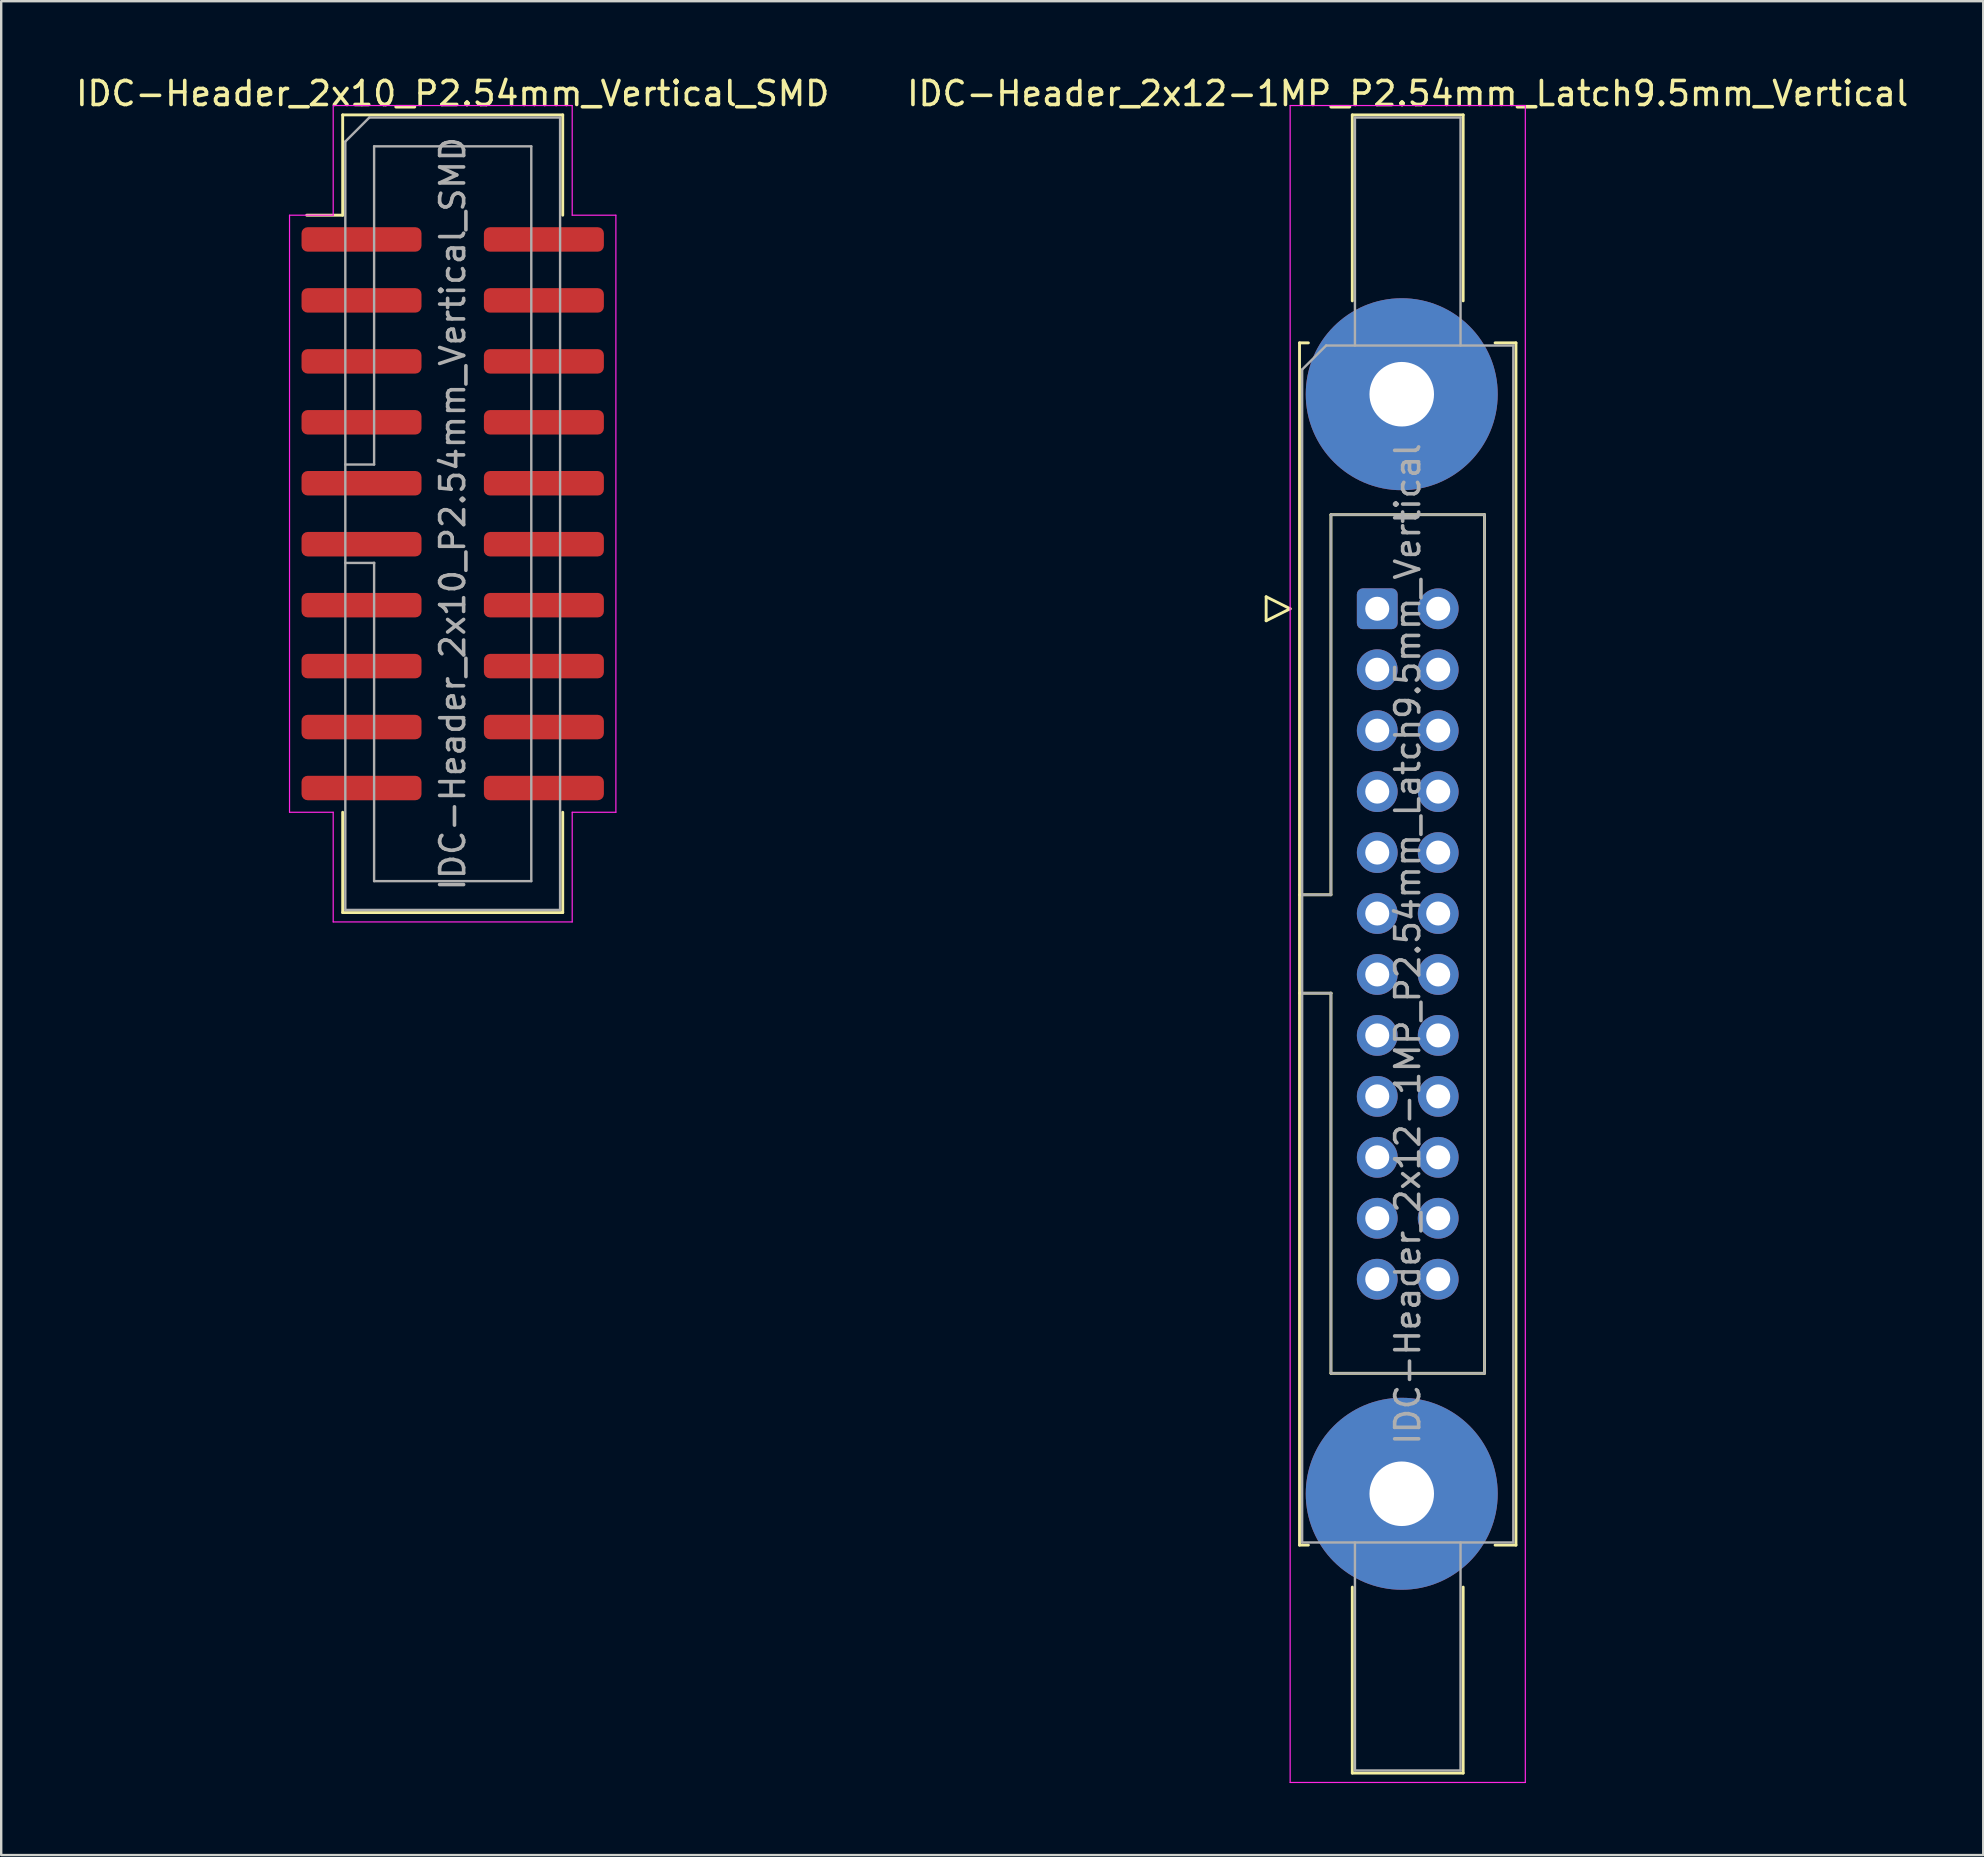
<source format=kicad_pcb>
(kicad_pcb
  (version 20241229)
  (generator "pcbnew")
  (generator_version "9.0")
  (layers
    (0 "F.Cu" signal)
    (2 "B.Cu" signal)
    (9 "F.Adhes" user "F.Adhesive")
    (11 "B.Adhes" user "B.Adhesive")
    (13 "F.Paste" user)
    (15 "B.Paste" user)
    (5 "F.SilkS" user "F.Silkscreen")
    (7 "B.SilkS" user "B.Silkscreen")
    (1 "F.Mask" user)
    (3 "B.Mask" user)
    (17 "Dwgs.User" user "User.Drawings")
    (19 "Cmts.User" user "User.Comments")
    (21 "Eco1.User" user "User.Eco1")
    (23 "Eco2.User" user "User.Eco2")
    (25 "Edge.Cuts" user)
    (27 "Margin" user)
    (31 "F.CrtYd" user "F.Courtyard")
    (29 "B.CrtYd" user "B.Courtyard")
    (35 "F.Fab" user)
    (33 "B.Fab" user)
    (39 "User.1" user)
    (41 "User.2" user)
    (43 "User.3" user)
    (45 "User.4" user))
  (footprint "IDC-Header_2x12-1MP_P2.54mm_Latch9.5mm_Vertical"
    (layer "F.Cu")
    (at 54.343 22.318)
    (property "Reference" "IDC-Header_2x12-1MP_P2.54mm_Latch9.5mm_Vertical" (at 1.27 -21.47 0) (layer "F.SilkS") (effects (font (size 1 1) (thickness 0.15))))
    (attr through_hole)
    (fp_line (start -4.63 -0.5) (end -4.63 0.5) (stroke (width 0.12) (type solid)) (layer "F.SilkS"))
    (fp_line (start -4.63 0.5) (end -3.63 0) (stroke (width 0.12) (type solid)) (layer "F.SilkS"))
    (fp_line (start -3.63 0) (end -4.63 -0.5) (stroke (width 0.12) (type solid)) (layer "F.SilkS"))
    (fp_line (start -3.24 -11.08) (end -3.24 39.02) (stroke (width 0.12) (type solid)) (layer "F.SilkS"))
    (fp_line (start -3.24 11.92) (end -1.93 11.92) (stroke (width 0.12) (type solid)) (layer "F.SilkS"))
    (fp_line (start -3.24 39.02) (end -2.87 39.02) (stroke (width 0.12) (type solid)) (layer "F.SilkS"))
    (fp_line (start -2.87 -11.08) (end -3.24 -11.08) (stroke (width 0.12) (type solid)) (layer "F.SilkS"))
    (fp_line (start -1.93 -3.92) (end 4.47 -3.92) (stroke (width 0.12) (type solid)) (layer "F.SilkS"))
    (fp_line (start -1.93 11.92) (end -1.93 -3.92) (stroke (width 0.12) (type solid)) (layer "F.SilkS"))
    (fp_line (start -1.93 16.02) (end -3.24 16.02) (stroke (width 0.12) (type solid)) (layer "F.SilkS"))
    (fp_line (start -1.93 16.02) (end -1.93 16.02) (stroke (width 0.12) (type solid)) (layer "F.SilkS"))
    (fp_line (start -1.93 31.86) (end -1.93 16.02) (stroke (width 0.12) (type solid)) (layer "F.SilkS"))
    (fp_line (start -1.04 -20.58) (end 3.58 -20.58) (stroke (width 0.12) (type solid)) (layer "F.SilkS"))
    (fp_line (start -1.04 -12.83) (end -1.04 -20.58) (stroke (width 0.12) (type solid)) (layer "F.SilkS"))
    (fp_line (start -1.04 40.77) (end -1.04 48.52) (stroke (width 0.12) (type solid)) (layer "F.SilkS"))
    (fp_line (start -1.04 48.52) (end 3.58 48.52) (stroke (width 0.12) (type solid)) (layer "F.SilkS"))
    (fp_line (start 3.58 -20.58) (end 3.58 -12.83) (stroke (width 0.12) (type solid)) (layer "F.SilkS"))
    (fp_line (start 3.58 48.52) (end 3.58 40.77) (stroke (width 0.12) (type solid)) (layer "F.SilkS"))
    (fp_line (start 4.47 -3.92) (end 4.47 31.86) (stroke (width 0.12) (type solid)) (layer "F.SilkS"))
    (fp_line (start 4.47 31.86) (end -1.93 31.86) (stroke (width 0.12) (type solid)) (layer "F.SilkS"))
    (fp_line (start 4.91 -11.08) (end 5.78 -11.08) (stroke (width 0.12) (type solid)) (layer "F.SilkS"))
    (fp_line (start 5.78 -11.08) (end 5.78 39.02) (stroke (width 0.12) (type solid)) (layer "F.SilkS"))
    (fp_line (start 5.78 39.02) (end 4.91 39.02) (stroke (width 0.12) (type solid)) (layer "F.SilkS"))
    (fp_line (start -3.63 -20.97) (end -3.63 48.91) (stroke (width 0.05) (type solid)) (layer "F.CrtYd"))
    (fp_line (start -3.63 48.91) (end 6.17 48.91) (stroke (width 0.05) (type solid)) (layer "F.CrtYd"))
    (fp_line (start 6.17 -20.97) (end -3.63 -20.97) (stroke (width 0.05) (type solid)) (layer "F.CrtYd"))
    (fp_line (start 6.17 48.91) (end 6.17 -20.97) (stroke (width 0.05) (type solid)) (layer "F.CrtYd"))
    (fp_line (start -3.13 -9.97) (end -2.13 -10.97) (stroke (width 0.1) (type solid)) (layer "F.Fab"))
    (fp_line (start -3.13 11.92) (end -1.93 11.92) (stroke (width 0.1) (type solid)) (layer "F.Fab"))
    (fp_line (start -3.13 38.91) (end -3.13 -9.97) (stroke (width 0.1) (type solid)) (layer "F.Fab"))
    (fp_line (start -2.13 -10.97) (end 5.67 -10.97) (stroke (width 0.1) (type solid)) (layer "F.Fab"))
    (fp_line (start -1.93 -3.92) (end 4.47 -3.92) (stroke (width 0.1) (type solid)) (layer "F.Fab"))
    (fp_line (start -1.93 11.92) (end -1.93 -3.92) (stroke (width 0.1) (type solid)) (layer "F.Fab"))
    (fp_line (start -1.93 16.02) (end -3.13 16.02) (stroke (width 0.1) (type solid)) (layer "F.Fab"))
    (fp_line (start -1.93 16.02) (end -1.93 16.02) (stroke (width 0.1) (type solid)) (layer "F.Fab"))
    (fp_line (start -1.93 31.86) (end -1.93 16.02) (stroke (width 0.1) (type solid)) (layer "F.Fab"))
    (fp_line (start -0.93 -20.47) (end 3.47 -20.47) (stroke (width 0.1) (type solid)) (layer "F.Fab"))
    (fp_line (start -0.93 -10.97) (end -0.93 -20.47) (stroke (width 0.1) (type solid)) (layer "F.Fab"))
    (fp_line (start -0.93 38.91) (end -0.93 48.41) (stroke (width 0.1) (type solid)) (layer "F.Fab"))
    (fp_line (start -0.93 48.41) (end 3.47 48.41) (stroke (width 0.1) (type solid)) (layer "F.Fab"))
    (fp_line (start 3.47 -20.47) (end 3.47 -10.97) (stroke (width 0.1) (type solid)) (layer "F.Fab"))
    (fp_line (start 3.47 48.41) (end 3.47 38.91) (stroke (width 0.1) (type solid)) (layer "F.Fab"))
    (fp_line (start 4.47 -3.92) (end 4.47 31.86) (stroke (width 0.1) (type solid)) (layer "F.Fab"))
    (fp_line (start 4.47 31.86) (end -1.93 31.86) (stroke (width 0.1) (type solid)) (layer "F.Fab"))
    (fp_line (start 5.67 -10.97) (end 5.67 38.91) (stroke (width 0.1) (type solid)) (layer "F.Fab"))
    (fp_line (start 5.67 38.91) (end -3.13 38.91) (stroke (width 0.1) (type solid)) (layer "F.Fab"))
    (fp_text user "${REFERENCE}" (at 1.27 13.97 90) (layer "F.Fab") (effects (font (size 1 1) (thickness 0.15))))
    (pad "1" thru_hole roundrect (at 0 0) (size 1.7 1.7) (drill 1) (layers "*.Cu" "*.Mask") (roundrect_rratio 0.147))
    (pad "2" thru_hole circle (at 2.54 0) (size 1.7 1.7) (drill 1) (layers "*.Cu" "*.Mask"))
    (pad "3" thru_hole circle (at 0 2.54) (size 1.7 1.7) (drill 1) (layers "*.Cu" "*.Mask"))
    (pad "4" thru_hole circle (at 2.54 2.54) (size 1.7 1.7) (drill 1) (layers "*.Cu" "*.Mask"))
    (pad "5" thru_hole circle (at 0 5.08) (size 1.7 1.7) (drill 1) (layers "*.Cu" "*.Mask"))
    (pad "6" thru_hole circle (at 2.54 5.08) (size 1.7 1.7) (drill 1) (layers "*.Cu" "*.Mask"))
    (pad "7" thru_hole circle (at 0 7.62) (size 1.7 1.7) (drill 1) (layers "*.Cu" "*.Mask"))
    (pad "8" thru_hole circle (at 2.54 7.62) (size 1.7 1.7) (drill 1) (layers "*.Cu" "*.Mask"))
    (pad "9" thru_hole circle (at 0 10.16) (size 1.7 1.7) (drill 1) (layers "*.Cu" "*.Mask"))
    (pad "10" thru_hole circle (at 2.54 10.16) (size 1.7 1.7) (drill 1) (layers "*.Cu" "*.Mask"))
    (pad "11" thru_hole circle (at 0 12.7) (size 1.7 1.7) (drill 1) (layers "*.Cu" "*.Mask"))
    (pad "12" thru_hole circle (at 2.54 12.7) (size 1.7 1.7) (drill 1) (layers "*.Cu" "*.Mask"))
    (pad "13" thru_hole circle (at 0 15.24) (size 1.7 1.7) (drill 1) (layers "*.Cu" "*.Mask"))
    (pad "14" thru_hole circle (at 2.54 15.24) (size 1.7 1.7) (drill 1) (layers "*.Cu" "*.Mask"))
    (pad "15" thru_hole circle (at 0 17.78) (size 1.7 1.7) (drill 1) (layers "*.Cu" "*.Mask"))
    (pad "16" thru_hole circle (at 2.54 17.78) (size 1.7 1.7) (drill 1) (layers "*.Cu" "*.Mask"))
    (pad "17" thru_hole circle (at 0 20.32) (size 1.7 1.7) (drill 1) (layers "*.Cu" "*.Mask"))
    (pad "18" thru_hole circle (at 2.54 20.32) (size 1.7 1.7) (drill 1) (layers "*.Cu" "*.Mask"))
    (pad "19" thru_hole circle (at 0 22.86) (size 1.7 1.7) (drill 1) (layers "*.Cu" "*.Mask"))
    (pad "20" thru_hole circle (at 2.54 22.86) (size 1.7 1.7) (drill 1) (layers "*.Cu" "*.Mask"))
    (pad "21" thru_hole circle (at 0 25.4) (size 1.7 1.7) (drill 1) (layers "*.Cu" "*.Mask"))
    (pad "22" thru_hole circle (at 2.54 25.4) (size 1.7 1.7) (drill 1) (layers "*.Cu" "*.Mask"))
    (pad "23" thru_hole circle (at 0 27.94) (size 1.7 1.7) (drill 1) (layers "*.Cu" "*.Mask"))
    (pad "24" thru_hole circle (at 2.54 27.94) (size 1.7 1.7) (drill 1) (layers "*.Cu" "*.Mask"))
    (pad "MP" thru_hole circle (at 1.02 -8.94) (size 8 8) (drill 2.69) (layers "*.Cu" "*.Mask"))
    (pad "MP" thru_hole circle (at 1.02 36.88) (size 8 8) (drill 2.69) (layers "*.Cu" "*.Mask")))
  (footprint "IDC-Header_2x10_P2.54mm_Vertical_SMD"
    (layer "F.Cu")
    (at 15.815 18.358)
    (property "Reference" "IDC-Header_2x10_P2.54mm_Vertical_SMD" (at 0 -17.51 0) (layer "F.SilkS") (effects (font (size 1 1) (thickness 0.15))))
    (attr smd)
    (fp_line (start -4.585 -16.62) (end 4.585 -16.62) (stroke (width 0.12) (type solid)) (layer "F.SilkS"))
    (fp_line (start -4.585 -12.44) (end -6.085 -12.44) (stroke (width 0.12) (type solid)) (layer "F.SilkS"))
    (fp_line (start -4.585 -12.44) (end -4.585 -16.62) (stroke (width 0.12) (type solid)) (layer "F.SilkS"))
    (fp_line (start -4.585 12.44) (end -4.585 16.62) (stroke (width 0.12) (type solid)) (layer "F.SilkS"))
    (fp_line (start -4.585 16.62) (end 4.585 16.62) (stroke (width 0.12) (type solid)) (layer "F.SilkS"))
    (fp_line (start 4.585 -16.62) (end 4.585 -12.44) (stroke (width 0.12) (type solid)) (layer "F.SilkS"))
    (fp_line (start 4.585 16.62) (end 4.585 12.44) (stroke (width 0.12) (type solid)) (layer "F.SilkS"))
    (fp_line (start -6.8 -12.44) (end -6.8 12.44) (stroke (width 0.05) (type solid)) (layer "F.CrtYd"))
    (fp_line (start -6.8 12.44) (end -4.98 12.44) (stroke (width 0.05) (type solid)) (layer "F.CrtYd"))
    (fp_line (start -4.98 -17.01) (end -4.98 -12.44) (stroke (width 0.05) (type solid)) (layer "F.CrtYd"))
    (fp_line (start -4.98 -12.44) (end -6.8 -12.44) (stroke (width 0.05) (type solid)) (layer "F.CrtYd"))
    (fp_line (start -4.98 12.44) (end -4.98 17.01) (stroke (width 0.05) (type solid)) (layer "F.CrtYd"))
    (fp_line (start -4.98 17.01) (end 4.98 17.01) (stroke (width 0.05) (type solid)) (layer "F.CrtYd"))
    (fp_line (start 4.98 -17.01) (end -4.98 -17.01) (stroke (width 0.05) (type solid)) (layer "F.CrtYd"))
    (fp_line (start 4.98 -12.44) (end 4.98 -17.01) (stroke (width 0.05) (type solid)) (layer "F.CrtYd"))
    (fp_line (start 4.98 12.44) (end 6.8 12.44) (stroke (width 0.05) (type solid)) (layer "F.CrtYd"))
    (fp_line (start 4.98 17.01) (end 4.98 12.44) (stroke (width 0.05) (type solid)) (layer "F.CrtYd"))
    (fp_line (start 6.8 -12.44) (end 4.98 -12.44) (stroke (width 0.05) (type solid)) (layer "F.CrtYd"))
    (fp_line (start 6.8 12.44) (end 6.8 -12.44) (stroke (width 0.05) (type solid)) (layer "F.CrtYd"))
    (fp_line (start -4.475 -15.51) (end -3.475 -16.51) (stroke (width 0.1) (type solid)) (layer "F.Fab"))
    (fp_line (start -4.475 -2.05) (end -3.275 -2.05) (stroke (width 0.1) (type solid)) (layer "F.Fab"))
    (fp_line (start -4.475 16.51) (end -4.475 -15.51) (stroke (width 0.1) (type solid)) (layer "F.Fab"))
    (fp_line (start -3.475 -16.51) (end 4.475 -16.51) (stroke (width 0.1) (type solid)) (layer "F.Fab"))
    (fp_line (start -3.275 -15.31) (end 3.275 -15.31) (stroke (width 0.1) (type solid)) (layer "F.Fab"))
    (fp_line (start -3.275 -2.05) (end -3.275 -15.31) (stroke (width 0.1) (type solid)) (layer "F.Fab"))
    (fp_line (start -3.275 2.05) (end -4.475 2.05) (stroke (width 0.1) (type solid)) (layer "F.Fab"))
    (fp_line (start -3.275 2.05) (end -3.275 2.05) (stroke (width 0.1) (type solid)) (layer "F.Fab"))
    (fp_line (start -3.275 15.31) (end -3.275 2.05) (stroke (width 0.1) (type solid)) (layer "F.Fab"))
    (fp_line (start 3.275 -15.31) (end 3.275 15.31) (stroke (width 0.1) (type solid)) (layer "F.Fab"))
    (fp_line (start 3.275 15.31) (end -3.275 15.31) (stroke (width 0.1) (type solid)) (layer "F.Fab"))
    (fp_line (start 4.475 -16.51) (end 4.475 16.51) (stroke (width 0.1) (type solid)) (layer "F.Fab"))
    (fp_line (start 4.475 16.51) (end -4.475 16.51) (stroke (width 0.1) (type solid)) (layer "F.Fab"))
    (fp_text user "${REFERENCE}" (at 0 0 90) (layer "F.Fab") (effects (font (size 1 1) (thickness 0.15))))
    (pad "1" smd roundrect (at -3.8 -11.43) (size 5 1.02) (layers "F.Cu" "F.Mask" "F.Paste") (roundrect_rratio 0.25))
    (pad "2" smd roundrect (at 3.8 -11.43) (size 5 1.02) (layers "F.Cu" "F.Mask" "F.Paste") (roundrect_rratio 0.25))
    (pad "3" smd roundrect (at -3.8 -8.89) (size 5 1.02) (layers "F.Cu" "F.Mask" "F.Paste") (roundrect_rratio 0.25))
    (pad "4" smd roundrect (at 3.8 -8.89) (size 5 1.02) (layers "F.Cu" "F.Mask" "F.Paste") (roundrect_rratio 0.25))
    (pad "5" smd roundrect (at -3.8 -6.35) (size 5 1.02) (layers "F.Cu" "F.Mask" "F.Paste") (roundrect_rratio 0.25))
    (pad "6" smd roundrect (at 3.8 -6.35) (size 5 1.02) (layers "F.Cu" "F.Mask" "F.Paste") (roundrect_rratio 0.25))
    (pad "7" smd roundrect (at -3.8 -3.81) (size 5 1.02) (layers "F.Cu" "F.Mask" "F.Paste") (roundrect_rratio 0.25))
    (pad "8" smd roundrect (at 3.8 -3.81) (size 5 1.02) (layers "F.Cu" "F.Mask" "F.Paste") (roundrect_rratio 0.25))
    (pad "9" smd roundrect (at -3.8 -1.27) (size 5 1.02) (layers "F.Cu" "F.Mask" "F.Paste") (roundrect_rratio 0.25))
    (pad "10" smd roundrect (at 3.8 -1.27) (size 5 1.02) (layers "F.Cu" "F.Mask" "F.Paste") (roundrect_rratio 0.25))
    (pad "11" smd roundrect (at -3.8 1.27) (size 5 1.02) (layers "F.Cu" "F.Mask" "F.Paste") (roundrect_rratio 0.25))
    (pad "12" smd roundrect (at 3.8 1.27) (size 5 1.02) (layers "F.Cu" "F.Mask" "F.Paste") (roundrect_rratio 0.25))
    (pad "13" smd roundrect (at -3.8 3.81) (size 5 1.02) (layers "F.Cu" "F.Mask" "F.Paste") (roundrect_rratio 0.25))
    (pad "14" smd roundrect (at 3.8 3.81) (size 5 1.02) (layers "F.Cu" "F.Mask" "F.Paste") (roundrect_rratio 0.25))
    (pad "15" smd roundrect (at -3.8 6.35) (size 5 1.02) (layers "F.Cu" "F.Mask" "F.Paste") (roundrect_rratio 0.25))
    (pad "16" smd roundrect (at 3.8 6.35) (size 5 1.02) (layers "F.Cu" "F.Mask" "F.Paste") (roundrect_rratio 0.25))
    (pad "17" smd roundrect (at -3.8 8.89) (size 5 1.02) (layers "F.Cu" "F.Mask" "F.Paste") (roundrect_rratio 0.25))
    (pad "18" smd roundrect (at 3.8 8.89) (size 5 1.02) (layers "F.Cu" "F.Mask" "F.Paste") (roundrect_rratio 0.25))
    (pad "19" smd roundrect (at -3.8 11.43) (size 5 1.02) (layers "F.Cu" "F.Mask" "F.Paste") (roundrect_rratio 0.25))
    (pad "20" smd roundrect (at 3.8 11.43) (size 5 1.02) (layers "F.Cu" "F.Mask" "F.Paste") (roundrect_rratio 0.25)))
  (gr_rect
    (start -3 -3)
    (end 79.595 74.253)
    (stroke (width 0.1) (type default))
    (fill no)
    (layer "Edge.Cuts")))
</source>
